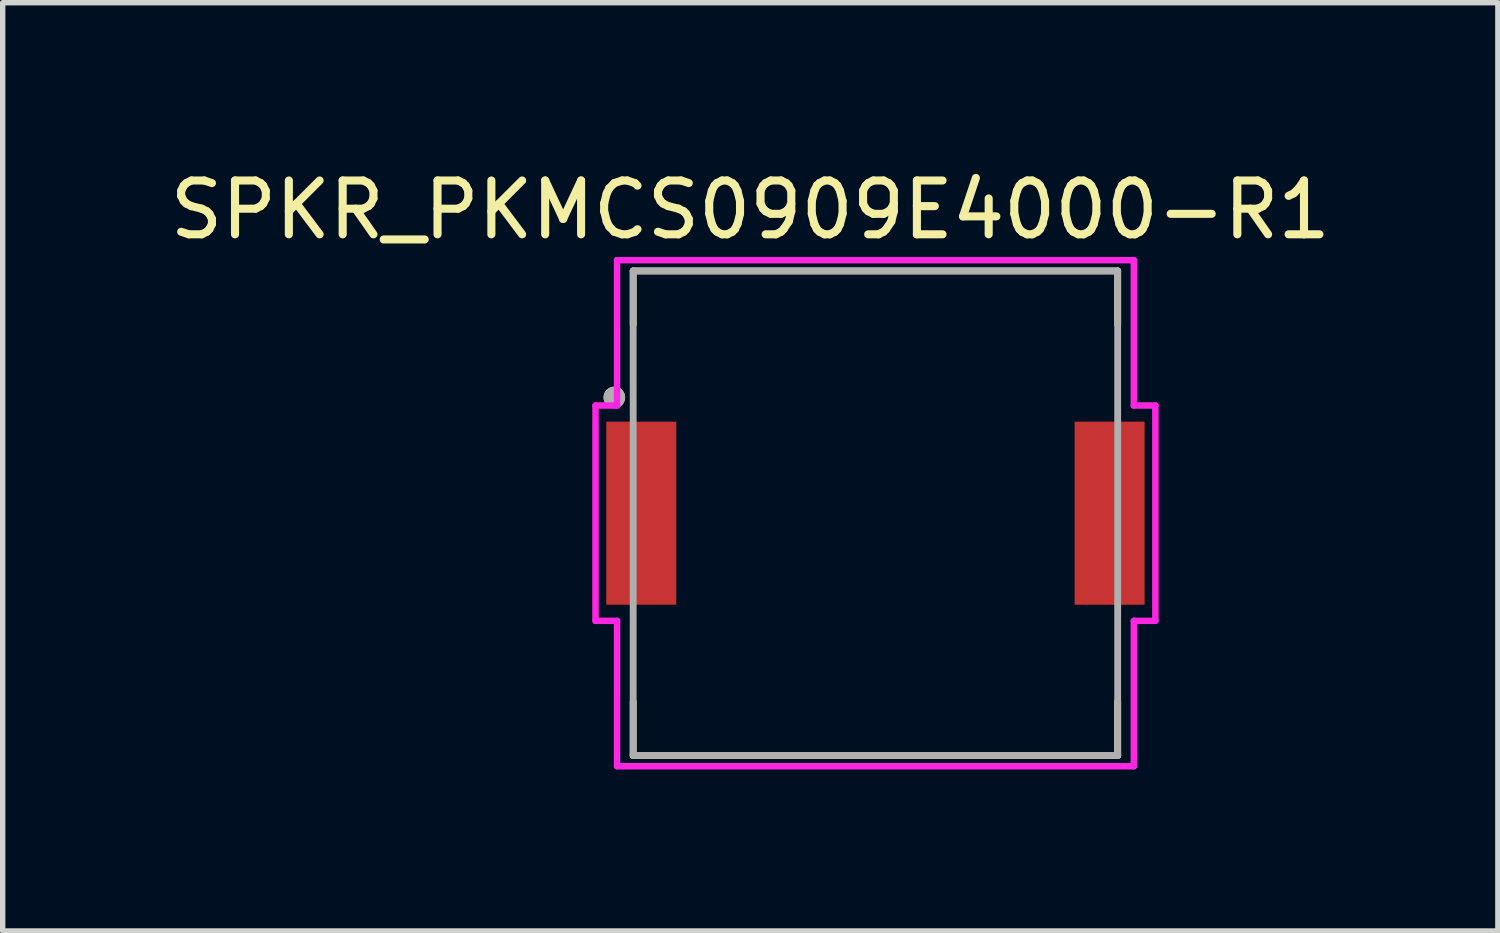
<source format=kicad_pcb>
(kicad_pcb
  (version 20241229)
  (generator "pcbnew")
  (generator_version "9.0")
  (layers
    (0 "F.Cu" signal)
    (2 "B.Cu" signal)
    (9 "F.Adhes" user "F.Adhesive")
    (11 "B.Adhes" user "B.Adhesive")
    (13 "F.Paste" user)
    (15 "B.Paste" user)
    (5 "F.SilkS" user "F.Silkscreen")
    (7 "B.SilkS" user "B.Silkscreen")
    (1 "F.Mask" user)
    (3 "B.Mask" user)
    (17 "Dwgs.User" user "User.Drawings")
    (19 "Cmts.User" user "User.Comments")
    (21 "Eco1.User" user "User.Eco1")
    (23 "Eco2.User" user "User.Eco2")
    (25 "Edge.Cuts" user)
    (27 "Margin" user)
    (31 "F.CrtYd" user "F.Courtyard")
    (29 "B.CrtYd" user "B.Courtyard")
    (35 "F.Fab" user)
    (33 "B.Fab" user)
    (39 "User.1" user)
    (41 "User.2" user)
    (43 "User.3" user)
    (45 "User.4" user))
  (footprint "SPKR_PKMCS0909E4000-R1"
    (layer "F.Cu")
    (at 13.212 6.483)
    (property "Reference" "SPKR_PKMCS0909E4000-R1" (at -2.325 -5.635 0) (layer "F.SilkS") (effects (font (size 1 1) (thickness 0.15))))
    (attr through_hole)
    (fp_line (start -4.5 -4.5) (end 4.5 -4.5) (stroke (width 0.127) (type solid)) (layer "F.SilkS"))
    (fp_line (start -4.5 -3.5) (end -4.5 -4.5) (stroke (width 0.127) (type solid)) (layer "F.SilkS"))
    (fp_line (start -4.5 4.5) (end -4.5 3.5) (stroke (width 0.127) (type solid)) (layer "F.SilkS"))
    (fp_line (start 4.5 -4.5) (end 4.5 -3.5) (stroke (width 0.127) (type solid)) (layer "F.SilkS"))
    (fp_line (start 4.5 3.5) (end 4.5 4.5) (stroke (width 0.127) (type solid)) (layer "F.SilkS"))
    (fp_line (start 4.5 4.5) (end -4.5 4.5) (stroke (width 0.127) (type solid)) (layer "F.SilkS"))
    (fp_circle (center -4.85 -2.15) (end -4.75 -2.15) (stroke (width 0.2) (type solid)) (fill no) (layer "F.SilkS"))
    (fp_line (start -5.2 -2) (end -5.2 2) (stroke (width 0.12) (type solid)) (layer "F.CrtYd"))
    (fp_line (start -5.2 -2) (end -4.8 -2) (stroke (width 0.12) (type solid)) (layer "F.CrtYd"))
    (fp_line (start -5.2 2) (end -4.8 2) (stroke (width 0.12) (type solid)) (layer "F.CrtYd"))
    (fp_line (start -4.8 -2) (end -4.8 -4.7) (stroke (width 0.12) (type solid)) (layer "F.CrtYd"))
    (fp_line (start -4.8 2) (end -4.8 4.7) (stroke (width 0.12) (type solid)) (layer "F.CrtYd"))
    (fp_line (start -4.8 4.7) (end 4.8 4.7) (stroke (width 0.12) (type solid)) (layer "F.CrtYd"))
    (fp_line (start 4.8 -4.7) (end -4.8 -4.7) (stroke (width 0.12) (type solid)) (layer "F.CrtYd"))
    (fp_line (start 4.8 -2) (end 4.8 -4.7) (stroke (width 0.12) (type solid)) (layer "F.CrtYd"))
    (fp_line (start 4.8 2) (end 4.8 4.7) (stroke (width 0.12) (type solid)) (layer "F.CrtYd"))
    (fp_line (start 5.2 -2) (end 4.8 -2) (stroke (width 0.12) (type solid)) (layer "F.CrtYd"))
    (fp_line (start 5.2 2) (end 4.8 2) (stroke (width 0.12) (type solid)) (layer "F.CrtYd"))
    (fp_line (start 5.2 2) (end 5.2 -2) (stroke (width 0.12) (type solid)) (layer "F.CrtYd"))
    (fp_line (start -4.5 -4.5) (end 4.5 -4.5) (stroke (width 0.127) (type solid)) (layer "F.Fab"))
    (fp_line (start -4.5 4.5) (end -4.5 -4.5) (stroke (width 0.127) (type solid)) (layer "F.Fab"))
    (fp_line (start 4.5 -4.5) (end 4.5 4.5) (stroke (width 0.127) (type solid)) (layer "F.Fab"))
    (fp_line (start 4.5 4.5) (end -4.5 4.5) (stroke (width 0.127) (type solid)) (layer "F.Fab"))
    (fp_circle (center -4.85 -2.15) (end -4.75 -2.15) (stroke (width 0.2) (type solid)) (fill no) (layer "F.Fab"))
    (pad "1" smd rect (at -4.35 0) (size 1.3 3.4) (layers "F.Cu" "F.Mask" "F.Paste"))
    (pad "2" smd rect (at 4.35 0) (size 1.3 3.4) (layers "F.Cu" "F.Mask" "F.Paste")))
  (gr_rect
    (start -3 -3)
    (end 24.774 14.243)
    (stroke (width 0.1) (type default))
    (fill no)
    (layer "Edge.Cuts")))
</source>
